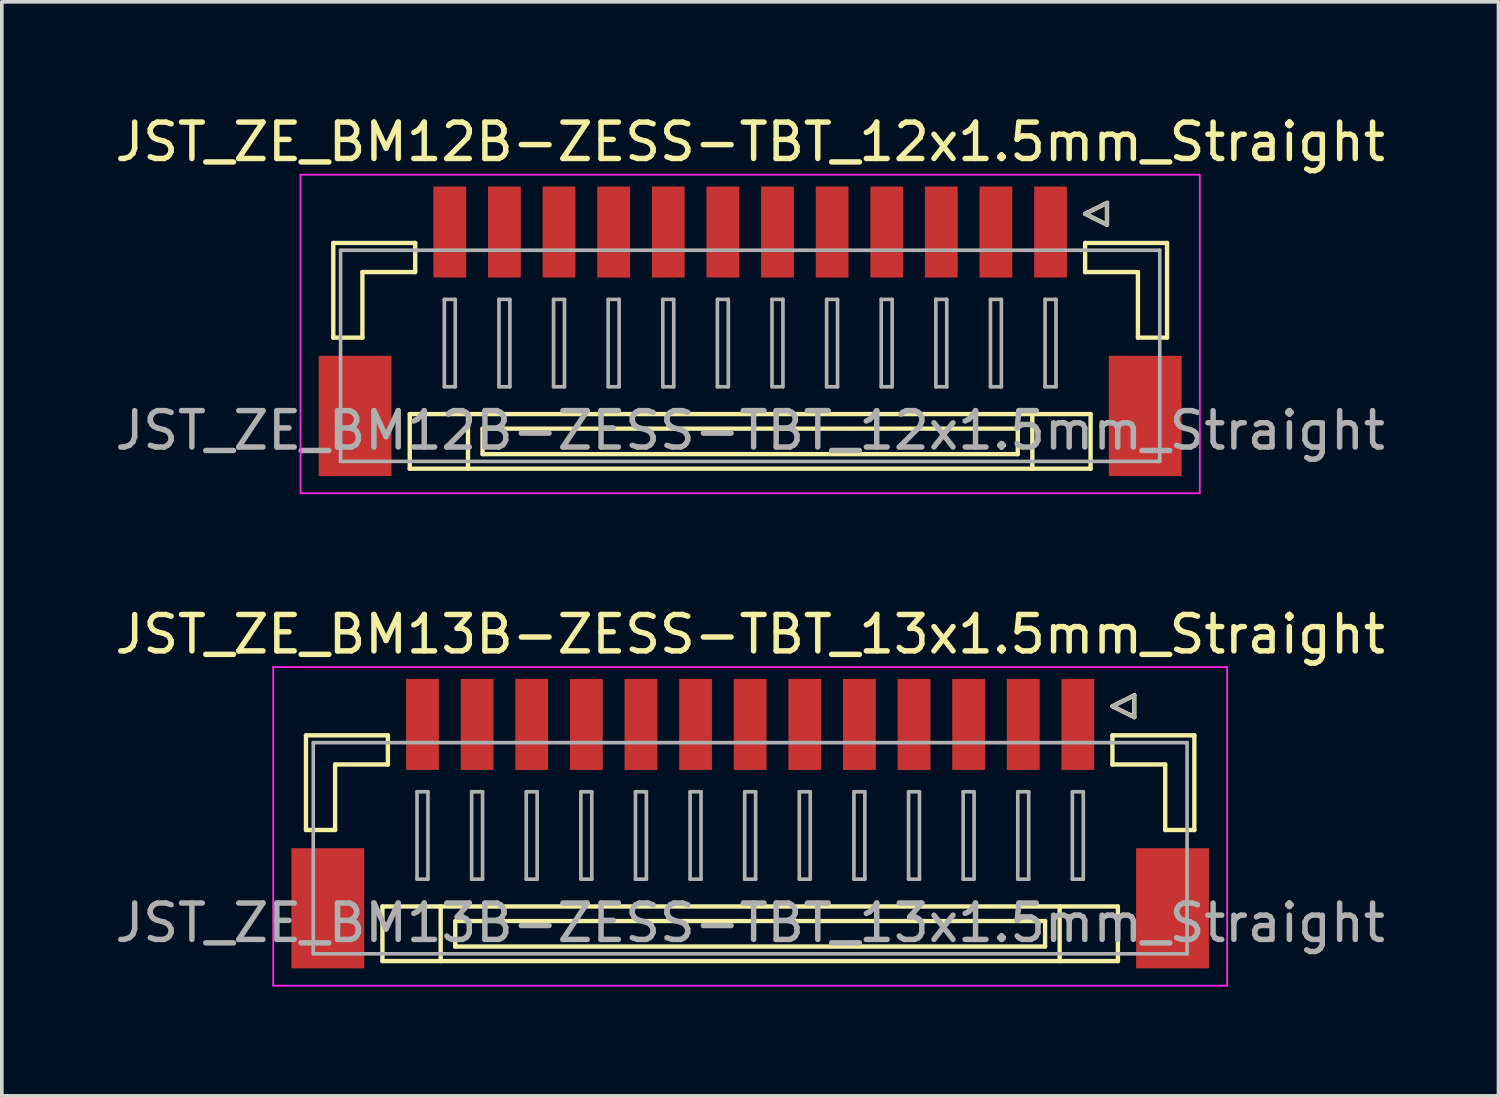
<source format=kicad_pcb>
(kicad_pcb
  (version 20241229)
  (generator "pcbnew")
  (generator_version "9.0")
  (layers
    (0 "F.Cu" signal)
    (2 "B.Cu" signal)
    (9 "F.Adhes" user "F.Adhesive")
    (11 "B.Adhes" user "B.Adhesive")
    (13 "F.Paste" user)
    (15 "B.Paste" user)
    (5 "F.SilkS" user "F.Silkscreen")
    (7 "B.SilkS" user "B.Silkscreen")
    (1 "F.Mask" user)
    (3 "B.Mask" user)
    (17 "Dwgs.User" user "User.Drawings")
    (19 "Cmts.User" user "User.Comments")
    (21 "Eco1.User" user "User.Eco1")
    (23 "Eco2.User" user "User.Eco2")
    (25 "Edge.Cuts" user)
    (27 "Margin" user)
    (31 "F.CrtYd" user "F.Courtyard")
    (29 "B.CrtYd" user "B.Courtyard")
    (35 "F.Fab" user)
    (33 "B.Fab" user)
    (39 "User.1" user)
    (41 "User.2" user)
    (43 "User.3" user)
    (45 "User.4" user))
  (footprint "JST_ZE_BM13B-ZESS-TBT_13x1.5mm_Straight"
    (layer "F.Cu")
    (at 17.554 19.372)
    (property "Reference" "JST_ZE_BM13B-ZESS-TBT_13x1.5mm_Straight" (at 0 -5 0) (layer "F.SilkS") (effects (font (size 1 1) (thickness 0.15))))
    (attr smd)
    (fp_line (start -12.2 -2.225) (end -12.2 0.375) (stroke (width 0.12) (type solid)) (layer "F.SilkS"))
    (fp_line (start -12.2 0.375) (end -11.4 0.375) (stroke (width 0.12) (type solid)) (layer "F.SilkS"))
    (fp_line (start -11.4 -1.425) (end -9.95 -1.425) (stroke (width 0.12) (type solid)) (layer "F.SilkS"))
    (fp_line (start -11.4 0.375) (end -11.4 -1.425) (stroke (width 0.12) (type solid)) (layer "F.SilkS"))
    (fp_line (start -10.1 2.475) (end -10.1 3.975) (stroke (width 0.12) (type solid)) (layer "F.SilkS"))
    (fp_line (start -10.1 3.975) (end 10.1 3.975) (stroke (width 0.12) (type solid)) (layer "F.SilkS"))
    (fp_line (start -9.95 -2.225) (end -12.2 -2.225) (stroke (width 0.12) (type solid)) (layer "F.SilkS"))
    (fp_line (start -9.95 -1.425) (end -9.95 -2.225) (stroke (width 0.12) (type solid)) (layer "F.SilkS"))
    (fp_line (start -8.5 2.475) (end -8.5 3.975) (stroke (width 0.12) (type solid)) (layer "F.SilkS"))
    (fp_line (start -8.1 2.875) (end -8.1 3.575) (stroke (width 0.12) (type solid)) (layer "F.SilkS"))
    (fp_line (start -8.1 3.575) (end 8.1 3.575) (stroke (width 0.12) (type solid)) (layer "F.SilkS"))
    (fp_line (start 8.1 2.875) (end -8.1 2.875) (stroke (width 0.12) (type solid)) (layer "F.SilkS"))
    (fp_line (start 8.1 3.575) (end 8.1 2.875) (stroke (width 0.12) (type solid)) (layer "F.SilkS"))
    (fp_line (start 8.5 2.475) (end 8.5 3.975) (stroke (width 0.12) (type solid)) (layer "F.SilkS"))
    (fp_line (start 9.95 -3.025) (end 10.55 -3.325) (stroke (width 0.12) (type solid)) (layer "F.SilkS"))
    (fp_line (start 9.95 -2.225) (end 12.2 -2.225) (stroke (width 0.12) (type solid)) (layer "F.SilkS"))
    (fp_line (start 9.95 -1.425) (end 9.95 -2.225) (stroke (width 0.12) (type solid)) (layer "F.SilkS"))
    (fp_line (start 10.1 2.475) (end -10.1 2.475) (stroke (width 0.12) (type solid)) (layer "F.SilkS"))
    (fp_line (start 10.1 3.975) (end 10.1 2.475) (stroke (width 0.12) (type solid)) (layer "F.SilkS"))
    (fp_line (start 10.55 -3.325) (end 10.55 -2.725) (stroke (width 0.12) (type solid)) (layer "F.SilkS"))
    (fp_line (start 10.55 -2.725) (end 9.95 -3.025) (stroke (width 0.12) (type solid)) (layer "F.SilkS"))
    (fp_line (start 11.4 -1.425) (end 9.95 -1.425) (stroke (width 0.12) (type solid)) (layer "F.SilkS"))
    (fp_line (start 11.4 0.375) (end 11.4 -1.425) (stroke (width 0.12) (type solid)) (layer "F.SilkS"))
    (fp_line (start 12.2 -2.225) (end 12.2 0.375) (stroke (width 0.12) (type solid)) (layer "F.SilkS"))
    (fp_line (start 12.2 0.375) (end 11.4 0.375) (stroke (width 0.12) (type solid)) (layer "F.SilkS"))
    (fp_line (start -13.1 -4.1) (end -13.1 4.65) (stroke (width 0.05) (type solid)) (layer "F.CrtYd"))
    (fp_line (start -13.1 4.65) (end 13.1 4.65) (stroke (width 0.05) (type solid)) (layer "F.CrtYd"))
    (fp_line (start 13.1 -4.1) (end -13.1 -4.1) (stroke (width 0.05) (type solid)) (layer "F.CrtYd"))
    (fp_line (start 13.1 4.65) (end 13.1 -4.1) (stroke (width 0.05) (type solid)) (layer "F.CrtYd"))
    (fp_line (start -12 -2.025) (end -12 3.775) (stroke (width 0.1) (type solid)) (layer "F.Fab"))
    (fp_line (start -12 3.775) (end 12 3.775) (stroke (width 0.1) (type solid)) (layer "F.Fab"))
    (fp_line (start -9.15 -0.675) (end -9.15 1.725) (stroke (width 0.1) (type solid)) (layer "F.Fab"))
    (fp_line (start -9.15 1.725) (end -8.85 1.725) (stroke (width 0.1) (type solid)) (layer "F.Fab"))
    (fp_line (start -8.85 -0.675) (end -9.15 -0.675) (stroke (width 0.1) (type solid)) (layer "F.Fab"))
    (fp_line (start -8.85 1.725) (end -8.85 -0.675) (stroke (width 0.1) (type solid)) (layer "F.Fab"))
    (fp_line (start -7.65 -0.675) (end -7.65 1.725) (stroke (width 0.1) (type solid)) (layer "F.Fab"))
    (fp_line (start -7.65 1.725) (end -7.35 1.725) (stroke (width 0.1) (type solid)) (layer "F.Fab"))
    (fp_line (start -7.35 -0.675) (end -7.65 -0.675) (stroke (width 0.1) (type solid)) (layer "F.Fab"))
    (fp_line (start -7.35 1.725) (end -7.35 -0.675) (stroke (width 0.1) (type solid)) (layer "F.Fab"))
    (fp_line (start -6.15 -0.675) (end -6.15 1.725) (stroke (width 0.1) (type solid)) (layer "F.Fab"))
    (fp_line (start -6.15 1.725) (end -5.85 1.725) (stroke (width 0.1) (type solid)) (layer "F.Fab"))
    (fp_line (start -5.85 -0.675) (end -6.15 -0.675) (stroke (width 0.1) (type solid)) (layer "F.Fab"))
    (fp_line (start -5.85 1.725) (end -5.85 -0.675) (stroke (width 0.1) (type solid)) (layer "F.Fab"))
    (fp_line (start -4.65 -0.675) (end -4.65 1.725) (stroke (width 0.1) (type solid)) (layer "F.Fab"))
    (fp_line (start -4.65 1.725) (end -4.35 1.725) (stroke (width 0.1) (type solid)) (layer "F.Fab"))
    (fp_line (start -4.35 -0.675) (end -4.65 -0.675) (stroke (width 0.1) (type solid)) (layer "F.Fab"))
    (fp_line (start -4.35 1.725) (end -4.35 -0.675) (stroke (width 0.1) (type solid)) (layer "F.Fab"))
    (fp_line (start -3.15 -0.675) (end -3.15 1.725) (stroke (width 0.1) (type solid)) (layer "F.Fab"))
    (fp_line (start -3.15 1.725) (end -2.85 1.725) (stroke (width 0.1) (type solid)) (layer "F.Fab"))
    (fp_line (start -2.85 -0.675) (end -3.15 -0.675) (stroke (width 0.1) (type solid)) (layer "F.Fab"))
    (fp_line (start -2.85 1.725) (end -2.85 -0.675) (stroke (width 0.1) (type solid)) (layer "F.Fab"))
    (fp_line (start -1.65 -0.675) (end -1.65 1.725) (stroke (width 0.1) (type solid)) (layer "F.Fab"))
    (fp_line (start -1.65 1.725) (end -1.35 1.725) (stroke (width 0.1) (type solid)) (layer "F.Fab"))
    (fp_line (start -1.35 -0.675) (end -1.65 -0.675) (stroke (width 0.1) (type solid)) (layer "F.Fab"))
    (fp_line (start -1.35 1.725) (end -1.35 -0.675) (stroke (width 0.1) (type solid)) (layer "F.Fab"))
    (fp_line (start -0.15 -0.675) (end -0.15 1.725) (stroke (width 0.1) (type solid)) (layer "F.Fab"))
    (fp_line (start -0.15 1.725) (end 0.15 1.725) (stroke (width 0.1) (type solid)) (layer "F.Fab"))
    (fp_line (start 0.15 -0.675) (end -0.15 -0.675) (stroke (width 0.1) (type solid)) (layer "F.Fab"))
    (fp_line (start 0.15 1.725) (end 0.15 -0.675) (stroke (width 0.1) (type solid)) (layer "F.Fab"))
    (fp_line (start 1.35 -0.675) (end 1.35 1.725) (stroke (width 0.1) (type solid)) (layer "F.Fab"))
    (fp_line (start 1.35 1.725) (end 1.65 1.725) (stroke (width 0.1) (type solid)) (layer "F.Fab"))
    (fp_line (start 1.65 -0.675) (end 1.35 -0.675) (stroke (width 0.1) (type solid)) (layer "F.Fab"))
    (fp_line (start 1.65 1.725) (end 1.65 -0.675) (stroke (width 0.1) (type solid)) (layer "F.Fab"))
    (fp_line (start 2.85 -0.675) (end 2.85 1.725) (stroke (width 0.1) (type solid)) (layer "F.Fab"))
    (fp_line (start 2.85 1.725) (end 3.15 1.725) (stroke (width 0.1) (type solid)) (layer "F.Fab"))
    (fp_line (start 3.15 -0.675) (end 2.85 -0.675) (stroke (width 0.1) (type solid)) (layer "F.Fab"))
    (fp_line (start 3.15 1.725) (end 3.15 -0.675) (stroke (width 0.1) (type solid)) (layer "F.Fab"))
    (fp_line (start 4.35 -0.675) (end 4.35 1.725) (stroke (width 0.1) (type solid)) (layer "F.Fab"))
    (fp_line (start 4.35 1.725) (end 4.65 1.725) (stroke (width 0.1) (type solid)) (layer "F.Fab"))
    (fp_line (start 4.65 -0.675) (end 4.35 -0.675) (stroke (width 0.1) (type solid)) (layer "F.Fab"))
    (fp_line (start 4.65 1.725) (end 4.65 -0.675) (stroke (width 0.1) (type solid)) (layer "F.Fab"))
    (fp_line (start 5.85 -0.675) (end 5.85 1.725) (stroke (width 0.1) (type solid)) (layer "F.Fab"))
    (fp_line (start 5.85 1.725) (end 6.15 1.725) (stroke (width 0.1) (type solid)) (layer "F.Fab"))
    (fp_line (start 6.15 -0.675) (end 5.85 -0.675) (stroke (width 0.1) (type solid)) (layer "F.Fab"))
    (fp_line (start 6.15 1.725) (end 6.15 -0.675) (stroke (width 0.1) (type solid)) (layer "F.Fab"))
    (fp_line (start 7.35 -0.675) (end 7.35 1.725) (stroke (width 0.1) (type solid)) (layer "F.Fab"))
    (fp_line (start 7.35 1.725) (end 7.65 1.725) (stroke (width 0.1) (type solid)) (layer "F.Fab"))
    (fp_line (start 7.65 -0.675) (end 7.35 -0.675) (stroke (width 0.1) (type solid)) (layer "F.Fab"))
    (fp_line (start 7.65 1.725) (end 7.65 -0.675) (stroke (width 0.1) (type solid)) (layer "F.Fab"))
    (fp_line (start 8.85 -0.675) (end 8.85 1.725) (stroke (width 0.1) (type solid)) (layer "F.Fab"))
    (fp_line (start 8.85 1.725) (end 9.15 1.725) (stroke (width 0.1) (type solid)) (layer "F.Fab"))
    (fp_line (start 9.15 -0.675) (end 8.85 -0.675) (stroke (width 0.1) (type solid)) (layer "F.Fab"))
    (fp_line (start 9.15 1.725) (end 9.15 -0.675) (stroke (width 0.1) (type solid)) (layer "F.Fab"))
    (fp_line (start 9.95 -3.025) (end 10.55 -3.325) (stroke (width 0.1) (type solid)) (layer "F.Fab"))
    (fp_line (start 10.55 -3.325) (end 10.55 -2.725) (stroke (width 0.1) (type solid)) (layer "F.Fab"))
    (fp_line (start 10.55 -2.725) (end 9.95 -3.025) (stroke (width 0.1) (type solid)) (layer "F.Fab"))
    (fp_line (start 12 -2.025) (end -12 -2.025) (stroke (width 0.1) (type solid)) (layer "F.Fab"))
    (fp_line (start 12 3.775) (end 12 -2.025) (stroke (width 0.1) (type solid)) (layer "F.Fab"))
    (fp_text user "${REFERENCE}" (at 0 2.925 0) (layer "F.Fab") (effects (font (size 1 1) (thickness 0.15))))
    (pad "" smd rect (at -11.6 2.525) (size 2 3.3) (layers "F.Cu" "F.Mask" "F.Paste"))
    (pad "" smd rect (at 11.6 2.525) (size 2 3.3) (layers "F.Cu" "F.Mask" "F.Paste"))
    (pad "1" smd rect (at 9 -2.525) (size 0.9 2.5) (layers "F.Cu" "F.Mask" "F.Paste"))
    (pad "2" smd rect (at 7.5 -2.525) (size 0.9 2.5) (layers "F.Cu" "F.Mask" "F.Paste"))
    (pad "3" smd rect (at 6 -2.525) (size 0.9 2.5) (layers "F.Cu" "F.Mask" "F.Paste"))
    (pad "4" smd rect (at 4.5 -2.525) (size 0.9 2.5) (layers "F.Cu" "F.Mask" "F.Paste"))
    (pad "5" smd rect (at 3 -2.525) (size 0.9 2.5) (layers "F.Cu" "F.Mask" "F.Paste"))
    (pad "6" smd rect (at 1.5 -2.525) (size 0.9 2.5) (layers "F.Cu" "F.Mask" "F.Paste"))
    (pad "7" smd rect (at 0 -2.525) (size 0.9 2.5) (layers "F.Cu" "F.Mask" "F.Paste"))
    (pad "8" smd rect (at -1.5 -2.525) (size 0.9 2.5) (layers "F.Cu" "F.Mask" "F.Paste"))
    (pad "9" smd rect (at -3 -2.525) (size 0.9 2.5) (layers "F.Cu" "F.Mask" "F.Paste"))
    (pad "10" smd rect (at -4.5 -2.525) (size 0.9 2.5) (layers "F.Cu" "F.Mask" "F.Paste"))
    (pad "11" smd rect (at -6 -2.525) (size 0.9 2.5) (layers "F.Cu" "F.Mask" "F.Paste"))
    (pad "12" smd rect (at -7.5 -2.525) (size 0.9 2.5) (layers "F.Cu" "F.Mask" "F.Paste"))
    (pad "13" smd rect (at -9 -2.525) (size 0.9 2.5) (layers "F.Cu" "F.Mask" "F.Paste")))
  (footprint "JST_ZE_BM12B-ZESS-TBT_12x1.5mm_Straight"
    (layer "F.Cu")
    (at 17.554 5.848)
    (property "Reference" "JST_ZE_BM12B-ZESS-TBT_12x1.5mm_Straight" (at 0 -5 0) (layer "F.SilkS") (effects (font (size 1 1) (thickness 0.15))))
    (attr smd)
    (fp_line (start -11.45 -2.225) (end -11.45 0.375) (stroke (width 0.12) (type solid)) (layer "F.SilkS"))
    (fp_line (start -11.45 0.375) (end -10.65 0.375) (stroke (width 0.12) (type solid)) (layer "F.SilkS"))
    (fp_line (start -10.65 -1.425) (end -9.2 -1.425) (stroke (width 0.12) (type solid)) (layer "F.SilkS"))
    (fp_line (start -10.65 0.375) (end -10.65 -1.425) (stroke (width 0.12) (type solid)) (layer "F.SilkS"))
    (fp_line (start -9.35 2.475) (end -9.35 3.975) (stroke (width 0.12) (type solid)) (layer "F.SilkS"))
    (fp_line (start -9.35 3.975) (end 9.35 3.975) (stroke (width 0.12) (type solid)) (layer "F.SilkS"))
    (fp_line (start -9.2 -2.225) (end -11.45 -2.225) (stroke (width 0.12) (type solid)) (layer "F.SilkS"))
    (fp_line (start -9.2 -1.425) (end -9.2 -2.225) (stroke (width 0.12) (type solid)) (layer "F.SilkS"))
    (fp_line (start -7.75 2.475) (end -7.75 3.975) (stroke (width 0.12) (type solid)) (layer "F.SilkS"))
    (fp_line (start -7.35 2.875) (end -7.35 3.575) (stroke (width 0.12) (type solid)) (layer "F.SilkS"))
    (fp_line (start -7.35 3.575) (end 7.35 3.575) (stroke (width 0.12) (type solid)) (layer "F.SilkS"))
    (fp_line (start 7.35 2.875) (end -7.35 2.875) (stroke (width 0.12) (type solid)) (layer "F.SilkS"))
    (fp_line (start 7.35 3.575) (end 7.35 2.875) (stroke (width 0.12) (type solid)) (layer "F.SilkS"))
    (fp_line (start 7.75 2.475) (end 7.75 3.975) (stroke (width 0.12) (type solid)) (layer "F.SilkS"))
    (fp_line (start 9.2 -3.025) (end 9.8 -3.325) (stroke (width 0.12) (type solid)) (layer "F.SilkS"))
    (fp_line (start 9.2 -2.225) (end 11.45 -2.225) (stroke (width 0.12) (type solid)) (layer "F.SilkS"))
    (fp_line (start 9.2 -1.425) (end 9.2 -2.225) (stroke (width 0.12) (type solid)) (layer "F.SilkS"))
    (fp_line (start 9.35 2.475) (end -9.35 2.475) (stroke (width 0.12) (type solid)) (layer "F.SilkS"))
    (fp_line (start 9.35 3.975) (end 9.35 2.475) (stroke (width 0.12) (type solid)) (layer "F.SilkS"))
    (fp_line (start 9.8 -3.325) (end 9.8 -2.725) (stroke (width 0.12) (type solid)) (layer "F.SilkS"))
    (fp_line (start 9.8 -2.725) (end 9.2 -3.025) (stroke (width 0.12) (type solid)) (layer "F.SilkS"))
    (fp_line (start 10.65 -1.425) (end 9.2 -1.425) (stroke (width 0.12) (type solid)) (layer "F.SilkS"))
    (fp_line (start 10.65 0.375) (end 10.65 -1.425) (stroke (width 0.12) (type solid)) (layer "F.SilkS"))
    (fp_line (start 11.45 -2.225) (end 11.45 0.375) (stroke (width 0.12) (type solid)) (layer "F.SilkS"))
    (fp_line (start 11.45 0.375) (end 10.65 0.375) (stroke (width 0.12) (type solid)) (layer "F.SilkS"))
    (fp_line (start -12.35 -4.1) (end -12.35 4.65) (stroke (width 0.05) (type solid)) (layer "F.CrtYd"))
    (fp_line (start -12.35 4.65) (end 12.35 4.65) (stroke (width 0.05) (type solid)) (layer "F.CrtYd"))
    (fp_line (start 12.35 -4.1) (end -12.35 -4.1) (stroke (width 0.05) (type solid)) (layer "F.CrtYd"))
    (fp_line (start 12.35 4.65) (end 12.35 -4.1) (stroke (width 0.05) (type solid)) (layer "F.CrtYd"))
    (fp_line (start -11.25 -2.025) (end -11.25 3.775) (stroke (width 0.1) (type solid)) (layer "F.Fab"))
    (fp_line (start -11.25 3.775) (end 11.25 3.775) (stroke (width 0.1) (type solid)) (layer "F.Fab"))
    (fp_line (start -8.4 -0.675) (end -8.4 1.725) (stroke (width 0.1) (type solid)) (layer "F.Fab"))
    (fp_line (start -8.4 1.725) (end -8.1 1.725) (stroke (width 0.1) (type solid)) (layer "F.Fab"))
    (fp_line (start -8.1 -0.675) (end -8.4 -0.675) (stroke (width 0.1) (type solid)) (layer "F.Fab"))
    (fp_line (start -8.1 1.725) (end -8.1 -0.675) (stroke (width 0.1) (type solid)) (layer "F.Fab"))
    (fp_line (start -6.9 -0.675) (end -6.9 1.725) (stroke (width 0.1) (type solid)) (layer "F.Fab"))
    (fp_line (start -6.9 1.725) (end -6.6 1.725) (stroke (width 0.1) (type solid)) (layer "F.Fab"))
    (fp_line (start -6.6 -0.675) (end -6.9 -0.675) (stroke (width 0.1) (type solid)) (layer "F.Fab"))
    (fp_line (start -6.6 1.725) (end -6.6 -0.675) (stroke (width 0.1) (type solid)) (layer "F.Fab"))
    (fp_line (start -5.4 -0.675) (end -5.4 1.725) (stroke (width 0.1) (type solid)) (layer "F.Fab"))
    (fp_line (start -5.4 1.725) (end -5.1 1.725) (stroke (width 0.1) (type solid)) (layer "F.Fab"))
    (fp_line (start -5.1 -0.675) (end -5.4 -0.675) (stroke (width 0.1) (type solid)) (layer "F.Fab"))
    (fp_line (start -5.1 1.725) (end -5.1 -0.675) (stroke (width 0.1) (type solid)) (layer "F.Fab"))
    (fp_line (start -3.9 -0.675) (end -3.9 1.725) (stroke (width 0.1) (type solid)) (layer "F.Fab"))
    (fp_line (start -3.9 1.725) (end -3.6 1.725) (stroke (width 0.1) (type solid)) (layer "F.Fab"))
    (fp_line (start -3.6 -0.675) (end -3.9 -0.675) (stroke (width 0.1) (type solid)) (layer "F.Fab"))
    (fp_line (start -3.6 1.725) (end -3.6 -0.675) (stroke (width 0.1) (type solid)) (layer "F.Fab"))
    (fp_line (start -2.4 -0.675) (end -2.4 1.725) (stroke (width 0.1) (type solid)) (layer "F.Fab"))
    (fp_line (start -2.4 1.725) (end -2.1 1.725) (stroke (width 0.1) (type solid)) (layer "F.Fab"))
    (fp_line (start -2.1 -0.675) (end -2.4 -0.675) (stroke (width 0.1) (type solid)) (layer "F.Fab"))
    (fp_line (start -2.1 1.725) (end -2.1 -0.675) (stroke (width 0.1) (type solid)) (layer "F.Fab"))
    (fp_line (start -0.9 -0.675) (end -0.9 1.725) (stroke (width 0.1) (type solid)) (layer "F.Fab"))
    (fp_line (start -0.9 1.725) (end -0.6 1.725) (stroke (width 0.1) (type solid)) (layer "F.Fab"))
    (fp_line (start -0.6 -0.675) (end -0.9 -0.675) (stroke (width 0.1) (type solid)) (layer "F.Fab"))
    (fp_line (start -0.6 1.725) (end -0.6 -0.675) (stroke (width 0.1) (type solid)) (layer "F.Fab"))
    (fp_line (start 0.6 -0.675) (end 0.6 1.725) (stroke (width 0.1) (type solid)) (layer "F.Fab"))
    (fp_line (start 0.6 1.725) (end 0.9 1.725) (stroke (width 0.1) (type solid)) (layer "F.Fab"))
    (fp_line (start 0.9 -0.675) (end 0.6 -0.675) (stroke (width 0.1) (type solid)) (layer "F.Fab"))
    (fp_line (start 0.9 1.725) (end 0.9 -0.675) (stroke (width 0.1) (type solid)) (layer "F.Fab"))
    (fp_line (start 2.1 -0.675) (end 2.1 1.725) (stroke (width 0.1) (type solid)) (layer "F.Fab"))
    (fp_line (start 2.1 1.725) (end 2.4 1.725) (stroke (width 0.1) (type solid)) (layer "F.Fab"))
    (fp_line (start 2.4 -0.675) (end 2.1 -0.675) (stroke (width 0.1) (type solid)) (layer "F.Fab"))
    (fp_line (start 2.4 1.725) (end 2.4 -0.675) (stroke (width 0.1) (type solid)) (layer "F.Fab"))
    (fp_line (start 3.6 -0.675) (end 3.6 1.725) (stroke (width 0.1) (type solid)) (layer "F.Fab"))
    (fp_line (start 3.6 1.725) (end 3.9 1.725) (stroke (width 0.1) (type solid)) (layer "F.Fab"))
    (fp_line (start 3.9 -0.675) (end 3.6 -0.675) (stroke (width 0.1) (type solid)) (layer "F.Fab"))
    (fp_line (start 3.9 1.725) (end 3.9 -0.675) (stroke (width 0.1) (type solid)) (layer "F.Fab"))
    (fp_line (start 5.1 -0.675) (end 5.1 1.725) (stroke (width 0.1) (type solid)) (layer "F.Fab"))
    (fp_line (start 5.1 1.725) (end 5.4 1.725) (stroke (width 0.1) (type solid)) (layer "F.Fab"))
    (fp_line (start 5.4 -0.675) (end 5.1 -0.675) (stroke (width 0.1) (type solid)) (layer "F.Fab"))
    (fp_line (start 5.4 1.725) (end 5.4 -0.675) (stroke (width 0.1) (type solid)) (layer "F.Fab"))
    (fp_line (start 6.6 -0.675) (end 6.6 1.725) (stroke (width 0.1) (type solid)) (layer "F.Fab"))
    (fp_line (start 6.6 1.725) (end 6.9 1.725) (stroke (width 0.1) (type solid)) (layer "F.Fab"))
    (fp_line (start 6.9 -0.675) (end 6.6 -0.675) (stroke (width 0.1) (type solid)) (layer "F.Fab"))
    (fp_line (start 6.9 1.725) (end 6.9 -0.675) (stroke (width 0.1) (type solid)) (layer "F.Fab"))
    (fp_line (start 8.1 -0.675) (end 8.1 1.725) (stroke (width 0.1) (type solid)) (layer "F.Fab"))
    (fp_line (start 8.1 1.725) (end 8.4 1.725) (stroke (width 0.1) (type solid)) (layer "F.Fab"))
    (fp_line (start 8.4 -0.675) (end 8.1 -0.675) (stroke (width 0.1) (type solid)) (layer "F.Fab"))
    (fp_line (start 8.4 1.725) (end 8.4 -0.675) (stroke (width 0.1) (type solid)) (layer "F.Fab"))
    (fp_line (start 9.2 -3.025) (end 9.8 -3.325) (stroke (width 0.1) (type solid)) (layer "F.Fab"))
    (fp_line (start 9.8 -3.325) (end 9.8 -2.725) (stroke (width 0.1) (type solid)) (layer "F.Fab"))
    (fp_line (start 9.8 -2.725) (end 9.2 -3.025) (stroke (width 0.1) (type solid)) (layer "F.Fab"))
    (fp_line (start 11.25 -2.025) (end -11.25 -2.025) (stroke (width 0.1) (type solid)) (layer "F.Fab"))
    (fp_line (start 11.25 3.775) (end 11.25 -2.025) (stroke (width 0.1) (type solid)) (layer "F.Fab"))
    (fp_text user "${REFERENCE}" (at 0 2.925 0) (layer "F.Fab") (effects (font (size 1 1) (thickness 0.15))))
    (pad "" smd rect (at -10.85 2.525) (size 2 3.3) (layers "F.Cu" "F.Mask" "F.Paste"))
    (pad "" smd rect (at 10.85 2.525) (size 2 3.3) (layers "F.Cu" "F.Mask" "F.Paste"))
    (pad "1" smd rect (at 8.25 -2.525) (size 0.9 2.5) (layers "F.Cu" "F.Mask" "F.Paste"))
    (pad "2" smd rect (at 6.75 -2.525) (size 0.9 2.5) (layers "F.Cu" "F.Mask" "F.Paste"))
    (pad "3" smd rect (at 5.25 -2.525) (size 0.9 2.5) (layers "F.Cu" "F.Mask" "F.Paste"))
    (pad "4" smd rect (at 3.75 -2.525) (size 0.9 2.5) (layers "F.Cu" "F.Mask" "F.Paste"))
    (pad "5" smd rect (at 2.25 -2.525) (size 0.9 2.5) (layers "F.Cu" "F.Mask" "F.Paste"))
    (pad "6" smd rect (at 0.75 -2.525) (size 0.9 2.5) (layers "F.Cu" "F.Mask" "F.Paste"))
    (pad "7" smd rect (at -0.75 -2.525) (size 0.9 2.5) (layers "F.Cu" "F.Mask" "F.Paste"))
    (pad "8" smd rect (at -2.25 -2.525) (size 0.9 2.5) (layers "F.Cu" "F.Mask" "F.Paste"))
    (pad "9" smd rect (at -3.75 -2.525) (size 0.9 2.5) (layers "F.Cu" "F.Mask" "F.Paste"))
    (pad "10" smd rect (at -5.25 -2.525) (size 0.9 2.5) (layers "F.Cu" "F.Mask" "F.Paste"))
    (pad "11" smd rect (at -6.75 -2.525) (size 0.9 2.5) (layers "F.Cu" "F.Mask" "F.Paste"))
    (pad "12" smd rect (at -8.25 -2.525) (size 0.9 2.5) (layers "F.Cu" "F.Mask" "F.Paste")))
  (gr_rect
    (start -3 -3)
    (end 38.107 27.047)
    (stroke (width 0.1) (type default))
    (fill no)
    (layer "Edge.Cuts")))
</source>
